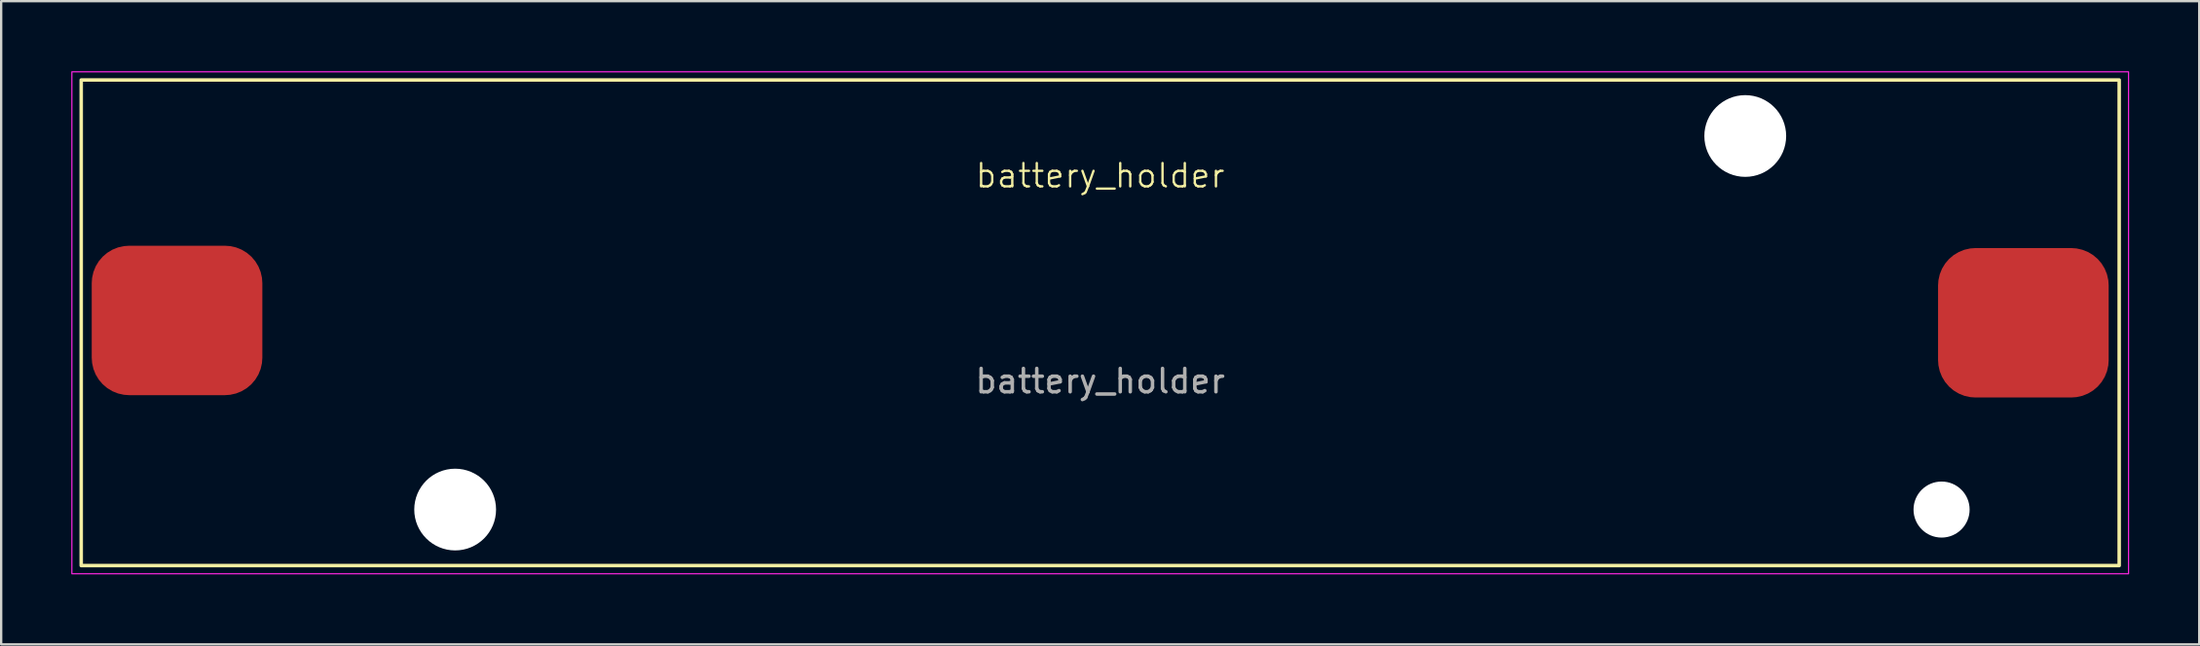
<source format=kicad_pcb>
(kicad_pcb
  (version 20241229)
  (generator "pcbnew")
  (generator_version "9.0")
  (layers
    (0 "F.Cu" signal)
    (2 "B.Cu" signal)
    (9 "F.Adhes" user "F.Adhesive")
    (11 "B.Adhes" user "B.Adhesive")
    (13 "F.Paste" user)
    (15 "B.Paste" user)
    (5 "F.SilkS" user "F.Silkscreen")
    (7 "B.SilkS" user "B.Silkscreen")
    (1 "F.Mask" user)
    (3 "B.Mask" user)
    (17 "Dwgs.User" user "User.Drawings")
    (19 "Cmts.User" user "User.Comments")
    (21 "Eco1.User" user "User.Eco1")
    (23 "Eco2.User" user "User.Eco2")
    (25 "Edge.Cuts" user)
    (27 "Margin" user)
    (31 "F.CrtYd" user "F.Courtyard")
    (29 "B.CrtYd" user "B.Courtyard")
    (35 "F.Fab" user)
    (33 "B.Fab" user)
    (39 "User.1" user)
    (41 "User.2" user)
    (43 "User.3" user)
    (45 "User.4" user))
  (footprint "battery_holder"
    (layer "F.Cu")
    (at 44.025 10.775)
    (property "Reference" "battery_holder" (at 0 -6.3 0) (unlocked yes) (layer "F.SilkS") (effects (font (size 1 1) (thickness 0.1))))
    (attr smd)
    (fp_rect (start -43.6 -10.4) (end 43.6 10.4) (stroke (width 0.15) (type default)) (fill no) (layer "F.SilkS"))
    (fp_rect (start -44 -10.75) (end 44 10.75) (stroke (width 0.05) (type default)) (fill no) (layer "F.CrtYd"))
    (fp_text user "${REFERENCE}" (at 0 2.5 0) (unlocked yes) (layer "F.Fab") (effects (font (size 1 1) (thickness 0.15))))
    (pad "" np_thru_hole circle (at -27.6 8) (size 3.5 3.5) (drill 3.5) (layers "*.Cu" "*.Mask"))
    (pad "" np_thru_hole circle (at 27.6 -8) (size 3.5 3.5) (drill 3.5) (layers "*.Cu" "*.Mask"))
    (pad "" np_thru_hole circle (at 36 8) (size 2.4 2.4) (drill 2.4) (layers "*.Cu" "*.Mask"))
    (pad "1" smd roundrect (at -39.5 -0.1) (size 7.3 6.4) (layers "F.Cu" "F.Mask" "F.Paste") (roundrect_rratio 0.25))
    (pad "2" smd roundrect (at 39.5 0) (size 7.3 6.4) (layers "F.Cu" "F.Mask" "F.Paste") (roundrect_rratio 0.25)))
  (gr_rect
    (start -3 -3)
    (end 91.05 24.55)
    (stroke (width 0.1) (type default))
    (fill no)
    (layer "Edge.Cuts")))
</source>
